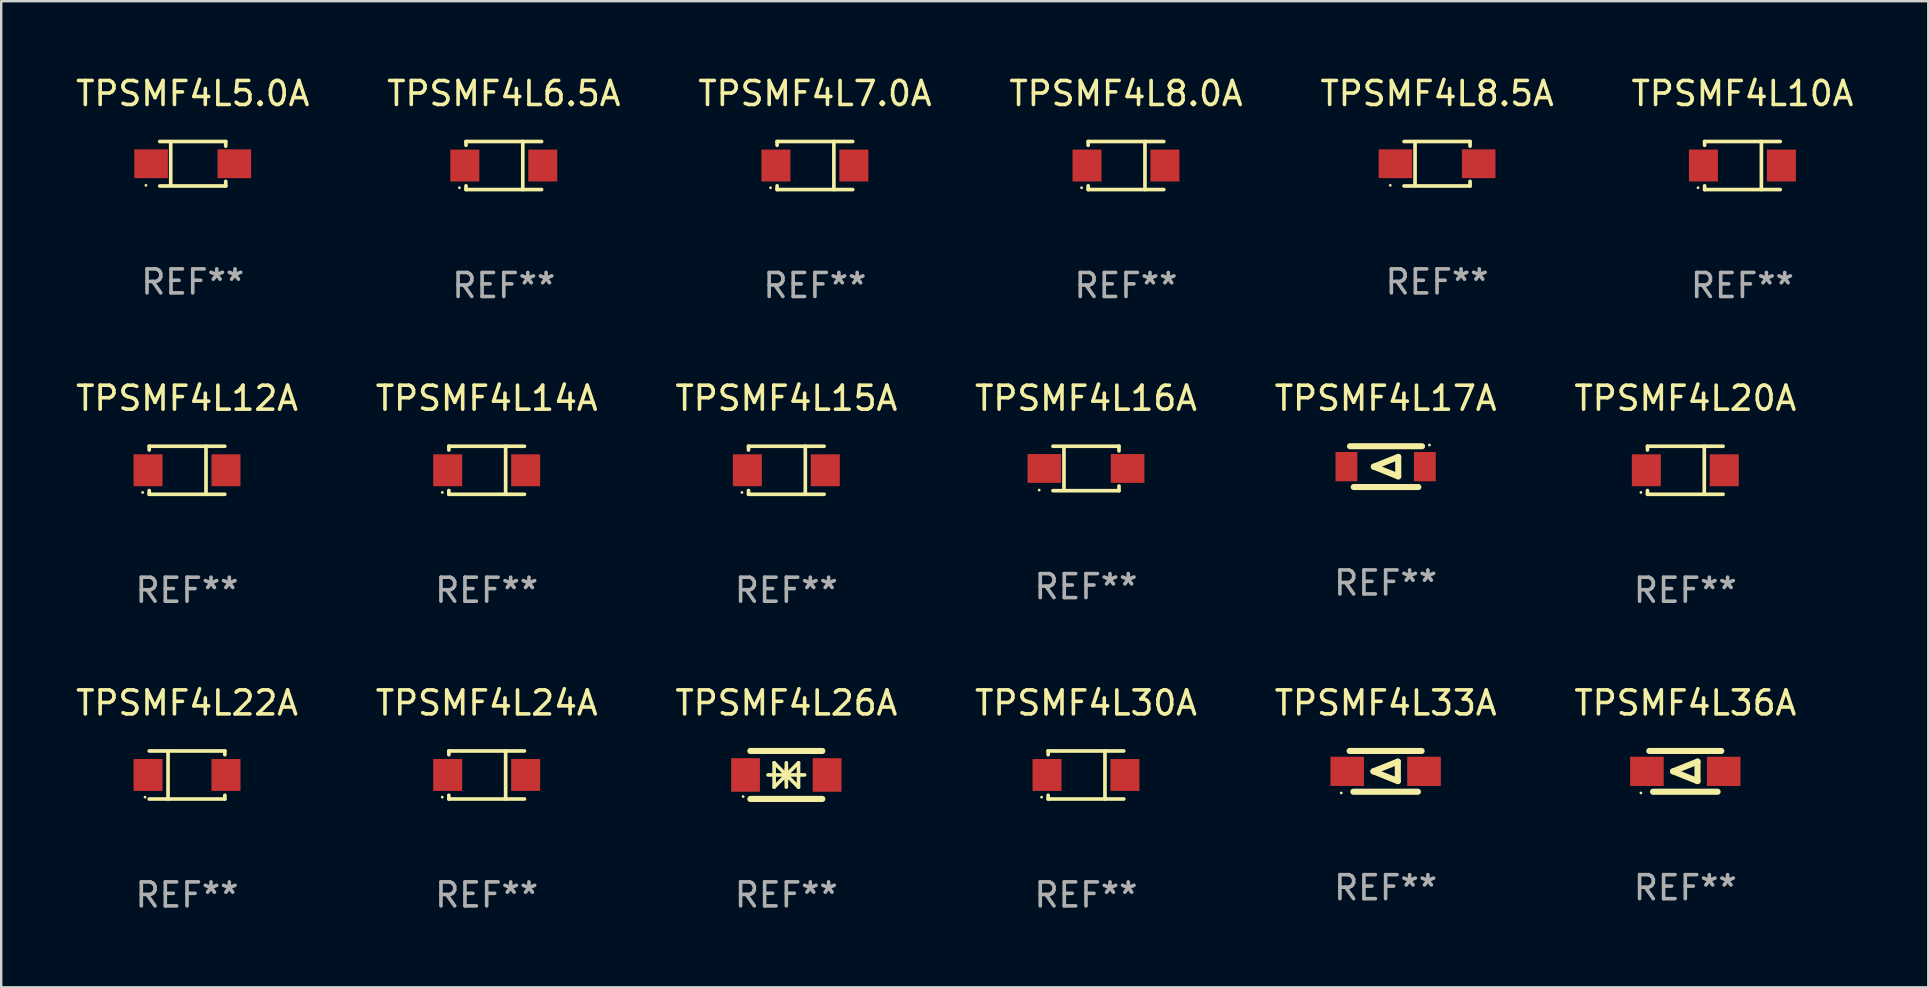
<source format=kicad_pcb>
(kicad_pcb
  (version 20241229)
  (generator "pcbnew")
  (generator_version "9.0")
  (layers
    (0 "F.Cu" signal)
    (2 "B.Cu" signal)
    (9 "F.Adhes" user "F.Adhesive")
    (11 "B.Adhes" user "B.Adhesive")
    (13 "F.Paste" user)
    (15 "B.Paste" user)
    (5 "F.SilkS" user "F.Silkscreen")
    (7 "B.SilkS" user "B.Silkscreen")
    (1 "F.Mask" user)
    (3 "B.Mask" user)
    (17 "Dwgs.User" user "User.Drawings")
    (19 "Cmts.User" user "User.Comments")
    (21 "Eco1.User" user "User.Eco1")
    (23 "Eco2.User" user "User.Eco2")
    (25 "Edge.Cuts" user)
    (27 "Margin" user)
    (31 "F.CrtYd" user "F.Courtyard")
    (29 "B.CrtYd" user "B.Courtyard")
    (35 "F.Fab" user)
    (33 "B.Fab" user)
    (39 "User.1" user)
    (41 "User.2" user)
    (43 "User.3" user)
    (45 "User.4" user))
  (footprint "TPSMF4L6.5A"
    (layer "F.Cu")
    (at 17.946 3.849)
    (property "Reference" "TPSMF4L6.5A" (at 0 -3.001 0) (layer "F.SilkS") (effects (font (size 1 1) (thickness 0.15))))
    (attr through_hole)
    (fp_line (start -1.576 -1.001) (end -1.576 -0.845) (stroke (width 0.152) (type solid)) (layer "F.SilkS"))
    (fp_line (start -1.576 -1.001) (end 1.576 -1.001) (stroke (width 0.152) (type solid)) (layer "F.SilkS"))
    (fp_line (start -1.576 0.845) (end -1.576 1.001) (stroke (width 0.152) (type solid)) (layer "F.SilkS"))
    (fp_line (start -1.576 1.001) (end 1.576 1.001) (stroke (width 0.152) (type solid)) (layer "F.SilkS"))
    (fp_line (start 0.791 -1.001) (end 0.791 1.001) (stroke (width 0.152) (type solid)) (layer "F.SilkS"))
    (fp_circle (center -1.85 0.925) (end -1.82 0.925) (stroke (width 0.06) (type solid)) (fill no) (layer "F.SilkS"))
    (fp_text user "REF**" (at 0 5.001 0) (layer "F.Fab") (effects (font (size 1 1) (thickness 0.15))))
    (pad "1" smd rect (at -1.624 0) (size 1.208 1.33) (layers "F.Cu" "F.Mask" "F.Paste"))
    (pad "2" smd rect (at 1.624 0) (size 1.208 1.33) (layers "F.Cu" "F.Mask" "F.Paste")))
  (footprint "TPSMF4L7.0A"
    (layer "F.Cu")
    (at 30.911 3.849)
    (property "Reference" "TPSMF4L7.0A" (at 0 -3.001 0) (layer "F.SilkS") (effects (font (size 1 1) (thickness 0.15))))
    (attr through_hole)
    (fp_line (start -1.576 -1.001) (end -1.576 -0.845) (stroke (width 0.152) (type solid)) (layer "F.SilkS"))
    (fp_line (start -1.576 -1.001) (end 1.576 -1.001) (stroke (width 0.152) (type solid)) (layer "F.SilkS"))
    (fp_line (start -1.576 0.845) (end -1.576 1.001) (stroke (width 0.152) (type solid)) (layer "F.SilkS"))
    (fp_line (start -1.576 1.001) (end 1.576 1.001) (stroke (width 0.152) (type solid)) (layer "F.SilkS"))
    (fp_line (start 0.791 -1.001) (end 0.791 1.001) (stroke (width 0.152) (type solid)) (layer "F.SilkS"))
    (fp_circle (center -1.85 0.925) (end -1.82 0.925) (stroke (width 0.06) (type solid)) (fill no) (layer "F.SilkS"))
    (fp_text user "REF**" (at 0 5.001 0) (layer "F.Fab") (effects (font (size 1 1) (thickness 0.15))))
    (pad "1" smd rect (at -1.624 0) (size 1.208 1.33) (layers "F.Cu" "F.Mask" "F.Paste"))
    (pad "2" smd rect (at 1.624 0) (size 1.208 1.33) (layers "F.Cu" "F.Mask" "F.Paste")))
  (footprint "TPSMF4L24A"
    (layer "F.Cu")
    (at 17.232 29.247)
    (property "Reference" "TPSMF4L24A" (at 0 -3.001 0) (layer "F.SilkS") (effects (font (size 1 1) (thickness 0.15))))
    (attr through_hole)
    (fp_line (start -1.576 -1.001) (end -1.576 -0.845) (stroke (width 0.152) (type solid)) (layer "F.SilkS"))
    (fp_line (start -1.576 -1.001) (end 1.576 -1.001) (stroke (width 0.152) (type solid)) (layer "F.SilkS"))
    (fp_line (start -1.576 0.845) (end -1.576 1.001) (stroke (width 0.152) (type solid)) (layer "F.SilkS"))
    (fp_line (start -1.576 1.001) (end 1.576 1.001) (stroke (width 0.152) (type solid)) (layer "F.SilkS"))
    (fp_line (start 0.791 -1.001) (end 0.791 1.001) (stroke (width 0.152) (type solid)) (layer "F.SilkS"))
    (fp_circle (center -1.85 0.925) (end -1.82 0.925) (stroke (width 0.06) (type solid)) (fill no) (layer "F.SilkS"))
    (fp_text user "REF**" (at 0 5.001 0) (layer "F.Fab") (effects (font (size 1 1) (thickness 0.15))))
    (pad "1" smd rect (at -1.624 0) (size 1.208 1.33) (layers "F.Cu" "F.Mask" "F.Paste"))
    (pad "2" smd rect (at 1.624 0) (size 1.208 1.33) (layers "F.Cu" "F.Mask" "F.Paste")))
  (footprint "TPSMF4L5.0A"
    (layer "F.Cu")
    (at 4.982 3.774)
    (property "Reference" "TPSMF4L5.0A" (at 0 -2.926 0) (layer "F.SilkS") (effects (font (size 1 1) (thickness 0.15))))
    (attr through_hole)
    (fp_line (start -1.376 -0.926) (end 1.376 -0.926) (stroke (width 0.152) (type solid)) (layer "F.SilkS"))
    (fp_line (start -1.376 0.926) (end 1.376 0.926) (stroke (width 0.152) (type solid)) (layer "F.SilkS"))
    (fp_line (start -0.917 -0.876) (end -0.917 0.876) (stroke (width 0.152) (type solid)) (layer "F.SilkS"))
    (fp_line (start 1.376 -0.926) (end 1.376 -0.733) (stroke (width 0.152) (type solid)) (layer "F.SilkS"))
    (fp_line (start 1.376 0.926) (end 1.376 0.733) (stroke (width 0.152) (type solid)) (layer "F.SilkS"))
    (fp_circle (center -1.95 0.9) (end -1.92 0.9) (stroke (width 0.06) (type solid)) (fill no) (layer "F.SilkS"))
    (fp_text user "REF**" (at 0 4.926 0) (layer "F.Fab") (effects (font (size 1 1) (thickness 0.15))))
    (pad "1" smd rect (at -1.735 0) (size 1.4 1.2) (layers "F.Cu" "F.Mask" "F.Paste"))
    (pad "2" smd rect (at 1.735 0) (size 1.4 1.2) (layers "F.Cu" "F.Mask" "F.Paste")))
  (footprint "TPSMF4L12A"
    (layer "F.Cu")
    (at 4.744 16.548)
    (property "Reference" "TPSMF4L12A" (at 0 -3.001 0) (layer "F.SilkS") (effects (font (size 1 1) (thickness 0.15))))
    (attr through_hole)
    (fp_line (start -1.576 -1.001) (end -1.576 -0.845) (stroke (width 0.152) (type solid)) (layer "F.SilkS"))
    (fp_line (start -1.576 -1.001) (end 1.576 -1.001) (stroke (width 0.152) (type solid)) (layer "F.SilkS"))
    (fp_line (start -1.576 0.845) (end -1.576 1.001) (stroke (width 0.152) (type solid)) (layer "F.SilkS"))
    (fp_line (start -1.576 1.001) (end 1.576 1.001) (stroke (width 0.152) (type solid)) (layer "F.SilkS"))
    (fp_line (start 0.791 -1.001) (end 0.791 1.001) (stroke (width 0.152) (type solid)) (layer "F.SilkS"))
    (fp_circle (center -1.85 0.925) (end -1.82 0.925) (stroke (width 0.06) (type solid)) (fill no) (layer "F.SilkS"))
    (fp_text user "REF**" (at 0 5.001 0) (layer "F.Fab") (effects (font (size 1 1) (thickness 0.15))))
    (pad "1" smd rect (at -1.624 0) (size 1.208 1.33) (layers "F.Cu" "F.Mask" "F.Paste"))
    (pad "2" smd rect (at 1.624 0) (size 1.208 1.33) (layers "F.Cu" "F.Mask" "F.Paste")))
  (footprint "TPSMF4L36A"
    (layer "F.Cu")
    (at 67.185 29.096)
    (property "Reference" "TPSMF4L36A" (at 0 -2.85 0) (layer "F.SilkS") (effects (font (size 1 1) (thickness 0.15))))
    (attr through_hole)
    (fp_line (start -1.346 0.85) (end 1.346 0.85) (stroke (width 0.254) (type solid)) (layer "F.SilkS"))
    (fp_line (start -0.508 0) (end 0.508 -0.406) (stroke (width 0.254) (type solid)) (layer "F.SilkS"))
    (fp_line (start 0.508 -0.406) (end 0.508 0.406) (stroke (width 0.254) (type solid)) (layer "F.SilkS"))
    (fp_line (start 0.508 0.406) (end -0.508 0) (stroke (width 0.254) (type solid)) (layer "F.SilkS"))
    (fp_line (start 1.5 -0.85) (end -1.5 -0.85) (stroke (width 0.254) (type solid)) (layer "F.SilkS"))
    (fp_circle (center -1.85 0.9) (end -1.82 0.9) (stroke (width 0.06) (type solid)) (fill no) (layer "F.SilkS"))
    (fp_text user "REF**" (at 0 4.85 0) (layer "F.Fab") (effects (font (size 1 1) (thickness 0.15))))
    (pad "1" smd rect (at -1.6 0) (size 1.4 1.219) (layers "F.Cu" "F.Mask" "F.Paste"))
    (pad "2" smd rect (at 1.6 0) (size 1.4 1.219) (layers "F.Cu" "F.Mask" "F.Paste")))
  (footprint "TPSMF4L33A"
    (layer "F.Cu")
    (at 54.696 29.096)
    (property "Reference" "TPSMF4L33A" (at 0 -2.85 0) (layer "F.SilkS") (effects (font (size 1 1) (thickness 0.15))))
    (attr through_hole)
    (fp_line (start -1.346 0.85) (end 1.346 0.85) (stroke (width 0.254) (type solid)) (layer "F.SilkS"))
    (fp_line (start -0.508 0) (end 0.508 -0.406) (stroke (width 0.254) (type solid)) (layer "F.SilkS"))
    (fp_line (start 0.508 -0.406) (end 0.508 0.406) (stroke (width 0.254) (type solid)) (layer "F.SilkS"))
    (fp_line (start 0.508 0.406) (end -0.508 0) (stroke (width 0.254) (type solid)) (layer "F.SilkS"))
    (fp_line (start 1.5 -0.85) (end -1.5 -0.85) (stroke (width 0.254) (type solid)) (layer "F.SilkS"))
    (fp_circle (center -1.85 0.9) (end -1.82 0.9) (stroke (width 0.06) (type solid)) (fill no) (layer "F.SilkS"))
    (fp_text user "REF**" (at 0 4.85 0) (layer "F.Fab") (effects (font (size 1 1) (thickness 0.15))))
    (pad "1" smd rect (at -1.6 0) (size 1.4 1.219) (layers "F.Cu" "F.Mask" "F.Paste"))
    (pad "2" smd rect (at 1.6 0) (size 1.4 1.219) (layers "F.Cu" "F.Mask" "F.Paste")))
  (footprint "TPSMF4L10A"
    (layer "F.Cu")
    (at 69.565 3.849)
    (property "Reference" "TPSMF4L10A" (at 0 -3.001 0) (layer "F.SilkS") (effects (font (size 1 1) (thickness 0.15))))
    (attr through_hole)
    (fp_line (start -1.576 -1.001) (end -1.576 -0.845) (stroke (width 0.152) (type solid)) (layer "F.SilkS"))
    (fp_line (start -1.576 -1.001) (end 1.576 -1.001) (stroke (width 0.152) (type solid)) (layer "F.SilkS"))
    (fp_line (start -1.576 0.845) (end -1.576 1.001) (stroke (width 0.152) (type solid)) (layer "F.SilkS"))
    (fp_line (start -1.576 1.001) (end 1.576 1.001) (stroke (width 0.152) (type solid)) (layer "F.SilkS"))
    (fp_line (start 0.791 -1.001) (end 0.791 1.001) (stroke (width 0.152) (type solid)) (layer "F.SilkS"))
    (fp_circle (center -1.85 0.925) (end -1.82 0.925) (stroke (width 0.06) (type solid)) (fill no) (layer "F.SilkS"))
    (fp_text user "REF**" (at 0 5.001 0) (layer "F.Fab") (effects (font (size 1 1) (thickness 0.15))))
    (pad "1" smd rect (at -1.624 0) (size 1.208 1.33) (layers "F.Cu" "F.Mask" "F.Paste"))
    (pad "2" smd rect (at 1.624 0) (size 1.208 1.33) (layers "F.Cu" "F.Mask" "F.Paste")))
  (footprint "TPSMF4L14A"
    (layer "F.Cu")
    (at 17.232 16.548)
    (property "Reference" "TPSMF4L14A" (at 0 -3.001 0) (layer "F.SilkS") (effects (font (size 1 1) (thickness 0.15))))
    (attr through_hole)
    (fp_line (start -1.576 -1.001) (end -1.576 -0.845) (stroke (width 0.152) (type solid)) (layer "F.SilkS"))
    (fp_line (start -1.576 -1.001) (end 1.576 -1.001) (stroke (width 0.152) (type solid)) (layer "F.SilkS"))
    (fp_line (start -1.576 0.845) (end -1.576 1.001) (stroke (width 0.152) (type solid)) (layer "F.SilkS"))
    (fp_line (start -1.576 1.001) (end 1.576 1.001) (stroke (width 0.152) (type solid)) (layer "F.SilkS"))
    (fp_line (start 0.791 -1.001) (end 0.791 1.001) (stroke (width 0.152) (type solid)) (layer "F.SilkS"))
    (fp_circle (center -1.85 0.925) (end -1.82 0.925) (stroke (width 0.06) (type solid)) (fill no) (layer "F.SilkS"))
    (fp_text user "REF**" (at 0 5.001 0) (layer "F.Fab") (effects (font (size 1 1) (thickness 0.15))))
    (pad "1" smd rect (at -1.624 0) (size 1.208 1.33) (layers "F.Cu" "F.Mask" "F.Paste"))
    (pad "2" smd rect (at 1.624 0) (size 1.208 1.33) (layers "F.Cu" "F.Mask" "F.Paste")))
  (footprint "TPSMF4L15A"
    (layer "F.Cu")
    (at 29.72 16.548)
    (property "Reference" "TPSMF4L15A" (at 0 -3.001 0) (layer "F.SilkS") (effects (font (size 1 1) (thickness 0.15))))
    (attr through_hole)
    (fp_line (start -1.576 -1.001) (end -1.576 -0.845) (stroke (width 0.152) (type solid)) (layer "F.SilkS"))
    (fp_line (start -1.576 -1.001) (end 1.576 -1.001) (stroke (width 0.152) (type solid)) (layer "F.SilkS"))
    (fp_line (start -1.576 0.845) (end -1.576 1.001) (stroke (width 0.152) (type solid)) (layer "F.SilkS"))
    (fp_line (start -1.576 1.001) (end 1.576 1.001) (stroke (width 0.152) (type solid)) (layer "F.SilkS"))
    (fp_line (start 0.791 -1.001) (end 0.791 1.001) (stroke (width 0.152) (type solid)) (layer "F.SilkS"))
    (fp_circle (center -1.85 0.925) (end -1.82 0.925) (stroke (width 0.06) (type solid)) (fill no) (layer "F.SilkS"))
    (fp_text user "REF**" (at 0 5.001 0) (layer "F.Fab") (effects (font (size 1 1) (thickness 0.15))))
    (pad "1" smd rect (at -1.624 0) (size 1.208 1.33) (layers "F.Cu" "F.Mask" "F.Paste"))
    (pad "2" smd rect (at 1.624 0) (size 1.208 1.33) (layers "F.Cu" "F.Mask" "F.Paste")))
  (footprint "TPSMF4L26A"
    (layer "F.Cu")
    (at 29.72 29.246)
    (property "Reference" "TPSMF4L26A" (at 0 -3 0) (layer "F.SilkS") (effects (font (size 1 1) (thickness 0.15))))
    (attr through_hole)
    (fp_line (start -1.5 -1) (end 1.5 -1) (stroke (width 0.254) (type solid)) (layer "F.SilkS"))
    (fp_line (start -1.5 1) (end 1.5 1) (stroke (width 0.254) (type solid)) (layer "F.SilkS"))
    (fp_line (start -0.762 0) (end 0.762 0) (stroke (width 0.15) (type solid)) (layer "F.SilkS"))
    (fp_line (start -0.508 -0.508) (end -0.508 0.508) (stroke (width 0.15) (type solid)) (layer "F.SilkS"))
    (fp_line (start 0 -0.508) (end 0 0.508) (stroke (width 0.15) (type solid)) (layer "F.SilkS"))
    (fp_line (start 0 0) (end -0.508 -0.508) (stroke (width 0.15) (type solid)) (layer "F.SilkS"))
    (fp_line (start 0 0) (end -0.508 0.508) (stroke (width 0.15) (type solid)) (layer "F.SilkS"))
    (fp_line (start 0 0) (end 0.508 -0.508) (stroke (width 0.15) (type solid)) (layer "F.SilkS"))
    (fp_line (start 0 0) (end 0.508 0.508) (stroke (width 0.15) (type solid)) (layer "F.SilkS"))
    (fp_line (start 0 0.254) (end 0 -0.254) (stroke (width 0.15) (type solid)) (layer "F.SilkS"))
    (fp_line (start 0.508 0.508) (end 0.508 -0.508) (stroke (width 0.15) (type solid)) (layer "F.SilkS"))
    (fp_circle (center -1.8 0.9) (end -1.77 0.9) (stroke (width 0.06) (type solid)) (fill no) (layer "F.SilkS"))
    (fp_text user "REF**" (at 0 5 0) (layer "F.Fab") (effects (font (size 1 1) (thickness 0.15))))
    (pad "1" smd rect (at -1.7 0) (size 1.2 1.4) (layers "F.Cu" "F.Mask" "F.Paste"))
    (pad "2" smd rect (at 1.7 0) (size 1.2 1.4) (layers "F.Cu" "F.Mask" "F.Paste")))
  (footprint "TPSMF4L20A"
    (layer "F.Cu")
    (at 67.185 16.548)
    (property "Reference" "TPSMF4L20A" (at 0 -3.001 0) (layer "F.SilkS") (effects (font (size 1 1) (thickness 0.15))))
    (attr through_hole)
    (fp_line (start -1.576 -1.001) (end -1.576 -0.845) (stroke (width 0.152) (type solid)) (layer "F.SilkS"))
    (fp_line (start -1.576 -1.001) (end 1.576 -1.001) (stroke (width 0.152) (type solid)) (layer "F.SilkS"))
    (fp_line (start -1.576 0.845) (end -1.576 1.001) (stroke (width 0.152) (type solid)) (layer "F.SilkS"))
    (fp_line (start -1.576 1.001) (end 1.576 1.001) (stroke (width 0.152) (type solid)) (layer "F.SilkS"))
    (fp_line (start 0.791 -1.001) (end 0.791 1.001) (stroke (width 0.152) (type solid)) (layer "F.SilkS"))
    (fp_circle (center -1.85 0.925) (end -1.82 0.925) (stroke (width 0.06) (type solid)) (fill no) (layer "F.SilkS"))
    (fp_text user "REF**" (at 0 5.001 0) (layer "F.Fab") (effects (font (size 1 1) (thickness 0.15))))
    (pad "1" smd rect (at -1.624 0) (size 1.208 1.33) (layers "F.Cu" "F.Mask" "F.Paste"))
    (pad "2" smd rect (at 1.624 0) (size 1.208 1.33) (layers "F.Cu" "F.Mask" "F.Paste")))
  (footprint "TPSMF4L16A"
    (layer "F.Cu")
    (at 42.208 16.473)
    (property "Reference" "TPSMF4L16A" (at 0 -2.926 0) (layer "F.SilkS") (effects (font (size 1 1) (thickness 0.15))))
    (attr through_hole)
    (fp_line (start -1.376 -0.926) (end 1.376 -0.926) (stroke (width 0.152) (type solid)) (layer "F.SilkS"))
    (fp_line (start -1.376 0.926) (end 1.376 0.926) (stroke (width 0.152) (type solid)) (layer "F.SilkS"))
    (fp_line (start -0.917 -0.876) (end -0.917 0.876) (stroke (width 0.152) (type solid)) (layer "F.SilkS"))
    (fp_line (start 1.376 -0.926) (end 1.376 -0.733) (stroke (width 0.152) (type solid)) (layer "F.SilkS"))
    (fp_line (start 1.376 0.926) (end 1.376 0.733) (stroke (width 0.152) (type solid)) (layer "F.SilkS"))
    (fp_circle (center -1.95 0.9) (end -1.92 0.9) (stroke (width 0.06) (type solid)) (fill no) (layer "F.SilkS"))
    (fp_text user "REF**" (at 0 4.926 0) (layer "F.Fab") (effects (font (size 1 1) (thickness 0.15))))
    (pad "1" smd rect (at -1.735 0) (size 1.4 1.2) (layers "F.Cu" "F.Mask" "F.Paste"))
    (pad "2" smd rect (at 1.735 0) (size 1.4 1.2) (layers "F.Cu" "F.Mask" "F.Paste")))
  (footprint "TPSMF4L8.5A"
    (layer "F.Cu")
    (at 56.839 3.774)
    (property "Reference" "TPSMF4L8.5A" (at 0 -2.926 0) (layer "F.SilkS") (effects (font (size 1 1) (thickness 0.15))))
    (attr through_hole)
    (fp_line (start -1.376 -0.926) (end 1.376 -0.926) (stroke (width 0.152) (type solid)) (layer "F.SilkS"))
    (fp_line (start -1.376 0.926) (end 1.376 0.926) (stroke (width 0.152) (type solid)) (layer "F.SilkS"))
    (fp_line (start -0.917 -0.876) (end -0.917 0.876) (stroke (width 0.152) (type solid)) (layer "F.SilkS"))
    (fp_line (start 1.376 -0.926) (end 1.376 -0.733) (stroke (width 0.152) (type solid)) (layer "F.SilkS"))
    (fp_line (start 1.376 0.926) (end 1.376 0.733) (stroke (width 0.152) (type solid)) (layer "F.SilkS"))
    (fp_circle (center -1.95 0.9) (end -1.92 0.9) (stroke (width 0.06) (type solid)) (fill no) (layer "F.SilkS"))
    (fp_text user "REF**" (at 0 4.926 0) (layer "F.Fab") (effects (font (size 1 1) (thickness 0.15))))
    (pad "1" smd rect (at -1.735 0) (size 1.4 1.2) (layers "F.Cu" "F.Mask" "F.Paste"))
    (pad "2" smd rect (at 1.735 0) (size 1.4 1.2) (layers "F.Cu" "F.Mask" "F.Paste")))
  (footprint "TPSMF4L30A"
    (layer "F.Cu")
    (at 42.208 29.247)
    (property "Reference" "TPSMF4L30A" (at 0 -3.001 0) (layer "F.SilkS") (effects (font (size 1 1) (thickness 0.15))))
    (attr through_hole)
    (fp_line (start -1.576 -1.001) (end -1.576 -0.845) (stroke (width 0.152) (type solid)) (layer "F.SilkS"))
    (fp_line (start -1.576 -1.001) (end 1.576 -1.001) (stroke (width 0.152) (type solid)) (layer "F.SilkS"))
    (fp_line (start -1.576 0.845) (end -1.576 1.001) (stroke (width 0.152) (type solid)) (layer "F.SilkS"))
    (fp_line (start -1.576 1.001) (end 1.576 1.001) (stroke (width 0.152) (type solid)) (layer "F.SilkS"))
    (fp_line (start 0.791 -1.001) (end 0.791 1.001) (stroke (width 0.152) (type solid)) (layer "F.SilkS"))
    (fp_circle (center -1.85 0.925) (end -1.82 0.925) (stroke (width 0.06) (type solid)) (fill no) (layer "F.SilkS"))
    (fp_text user "REF**" (at 0 5.001 0) (layer "F.Fab") (effects (font (size 1 1) (thickness 0.15))))
    (pad "1" smd rect (at -1.624 0) (size 1.208 1.33) (layers "F.Cu" "F.Mask" "F.Paste"))
    (pad "2" smd rect (at 1.624 0) (size 1.208 1.33) (layers "F.Cu" "F.Mask" "F.Paste")))
  (footprint "TPSMF4L8.0A"
    (layer "F.Cu")
    (at 43.875 3.849)
    (property "Reference" "TPSMF4L8.0A" (at 0 -3.001 0) (layer "F.SilkS") (effects (font (size 1 1) (thickness 0.15))))
    (attr through_hole)
    (fp_line (start -1.576 -1.001) (end -1.576 -0.845) (stroke (width 0.152) (type solid)) (layer "F.SilkS"))
    (fp_line (start -1.576 -1.001) (end 1.576 -1.001) (stroke (width 0.152) (type solid)) (layer "F.SilkS"))
    (fp_line (start -1.576 0.845) (end -1.576 1.001) (stroke (width 0.152) (type solid)) (layer "F.SilkS"))
    (fp_line (start -1.576 1.001) (end 1.576 1.001) (stroke (width 0.152) (type solid)) (layer "F.SilkS"))
    (fp_line (start 0.791 -1.001) (end 0.791 1.001) (stroke (width 0.152) (type solid)) (layer "F.SilkS"))
    (fp_circle (center -1.85 0.925) (end -1.82 0.925) (stroke (width 0.06) (type solid)) (fill no) (layer "F.SilkS"))
    (fp_text user "REF**" (at 0 5.001 0) (layer "F.Fab") (effects (font (size 1 1) (thickness 0.15))))
    (pad "1" smd rect (at -1.624 0) (size 1.208 1.33) (layers "F.Cu" "F.Mask" "F.Paste"))
    (pad "2" smd rect (at 1.624 0) (size 1.208 1.33) (layers "F.Cu" "F.Mask" "F.Paste")))
  (footprint "TPSMF4L22A"
    (layer "F.Cu")
    (at 4.744 29.247)
    (property "Reference" "TPSMF4L22A" (at 0 -3.001 0) (layer "F.SilkS") (effects (font (size 1 1) (thickness 0.15))))
    (attr through_hole)
    (fp_line (start -0.791 -1.001) (end -0.791 1.001) (stroke (width 0.152) (type solid)) (layer "F.SilkS"))
    (fp_line (start 1.576 -1.001) (end -1.576 -1.001) (stroke (width 0.152) (type solid)) (layer "F.SilkS"))
    (fp_line (start 1.576 -1.001) (end 1.576 -0.845) (stroke (width 0.152) (type solid)) (layer "F.SilkS"))
    (fp_line (start 1.576 0.845) (end 1.576 1.001) (stroke (width 0.152) (type solid)) (layer "F.SilkS"))
    (fp_line (start 1.576 1.001) (end -1.576 1.001) (stroke (width 0.152) (type solid)) (layer "F.SilkS"))
    (fp_circle (center -1.75 0.925) (end -1.72 0.925) (stroke (width 0.06) (type solid)) (fill no) (layer "F.SilkS"))
    (fp_text user "REF**" (at 0 5.001 0) (layer "F.Fab") (effects (font (size 1 1) (thickness 0.15))))
    (pad "1" smd rect (at -1.624 0) (size 1.208 1.33) (layers "F.Cu" "F.Mask" "F.Paste"))
    (pad "2" smd rect (at 1.624 0) (size 1.208 1.33) (layers "F.Cu" "F.Mask" "F.Paste")))
  (footprint "TPSMF4L17A"
    (layer "F.Cu")
    (at 54.696 16.397)
    (property "Reference" "TPSMF4L17A" (at 0 -2.85 0) (layer "F.SilkS") (effects (font (size 1 1) (thickness 0.15))))
    (attr through_hole)
    (fp_line (start -1.483 -0.85) (end 1.517 -0.85) (stroke (width 0.254) (type solid)) (layer "F.SilkS"))
    (fp_line (start -0.491 0) (end 0.525 -0.406) (stroke (width 0.254) (type solid)) (layer "F.SilkS"))
    (fp_line (start 0.525 -0.406) (end 0.525 0.406) (stroke (width 0.254) (type solid)) (layer "F.SilkS"))
    (fp_line (start 0.525 0.406) (end -0.491 0) (stroke (width 0.254) (type solid)) (layer "F.SilkS"))
    (fp_line (start 1.363 0.85) (end -1.33 0.85) (stroke (width 0.254) (type solid)) (layer "F.SilkS"))
    (fp_circle (center 1.827 -0.9) (end 1.857 -0.9) (stroke (width 0.06) (type solid)) (fill no) (layer "F.SilkS"))
    (fp_text user "REF**" (at 0 4.85 0) (layer "F.Fab") (effects (font (size 1 1) (thickness 0.15))))
    (pad "1" smd rect (at 1.634 -0.000076) (size 0.909 1.219) (layers "F.Cu" "F.Mask" "F.Paste"))
    (pad "2" smd rect (at -1.634 -0.000076) (size 0.909 1.219) (layers "F.Cu" "F.Mask" "F.Paste")))
  (gr_rect
    (start -3 -3)
    (end 77.31 38.097)
    (stroke (width 0.1) (type default))
    (fill no)
    (layer "Edge.Cuts")))
</source>
